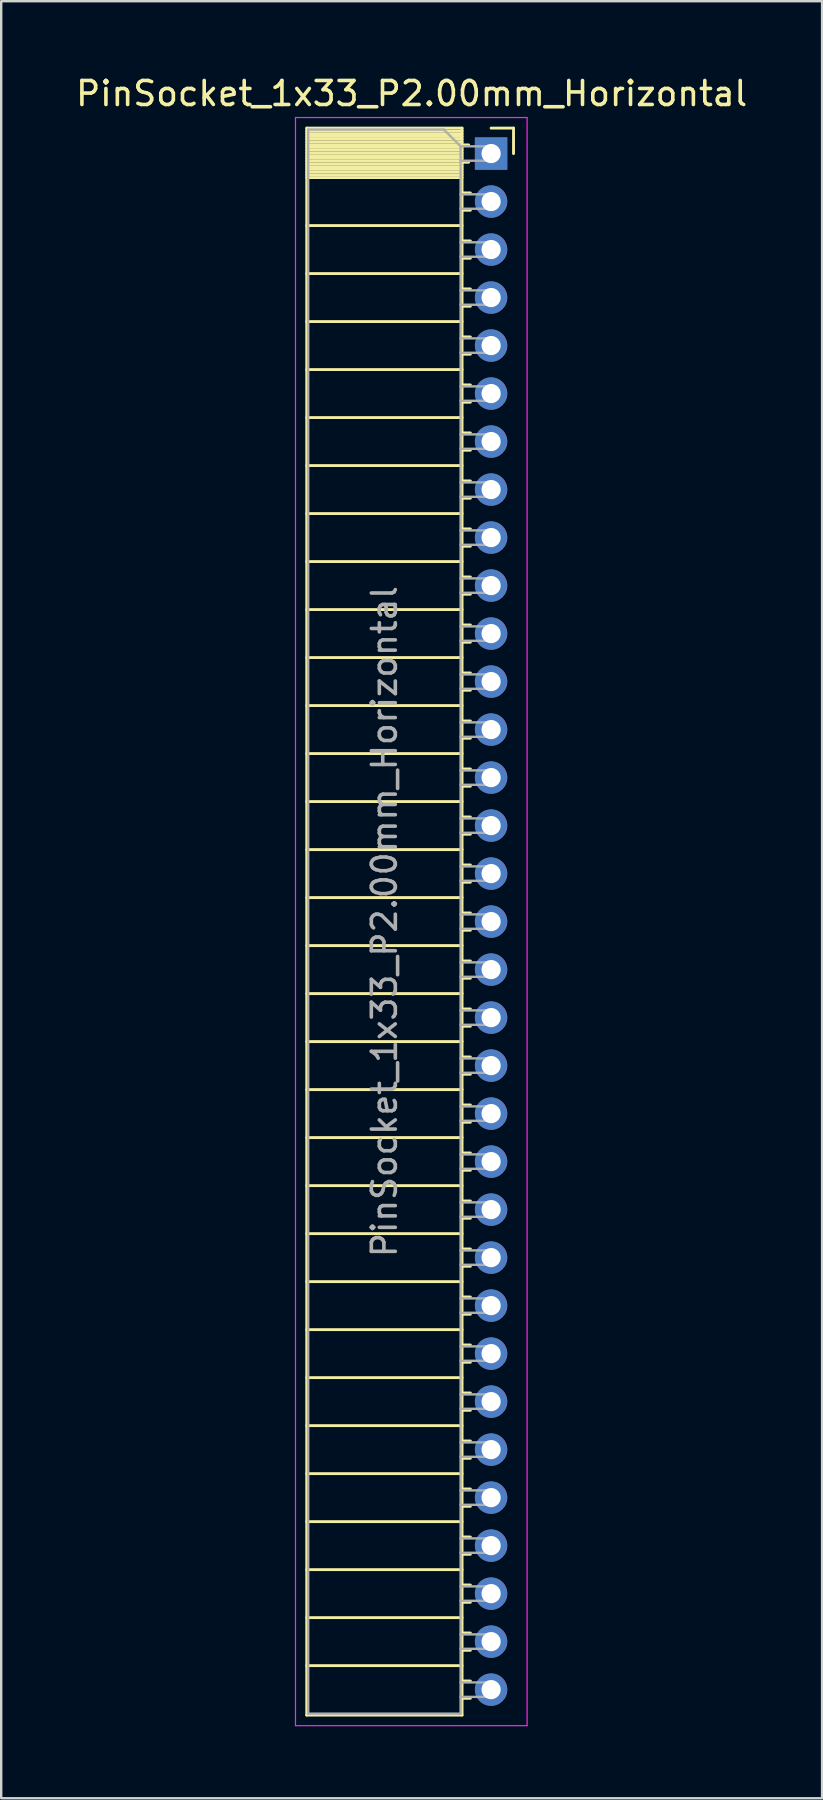
<source format=kicad_pcb>
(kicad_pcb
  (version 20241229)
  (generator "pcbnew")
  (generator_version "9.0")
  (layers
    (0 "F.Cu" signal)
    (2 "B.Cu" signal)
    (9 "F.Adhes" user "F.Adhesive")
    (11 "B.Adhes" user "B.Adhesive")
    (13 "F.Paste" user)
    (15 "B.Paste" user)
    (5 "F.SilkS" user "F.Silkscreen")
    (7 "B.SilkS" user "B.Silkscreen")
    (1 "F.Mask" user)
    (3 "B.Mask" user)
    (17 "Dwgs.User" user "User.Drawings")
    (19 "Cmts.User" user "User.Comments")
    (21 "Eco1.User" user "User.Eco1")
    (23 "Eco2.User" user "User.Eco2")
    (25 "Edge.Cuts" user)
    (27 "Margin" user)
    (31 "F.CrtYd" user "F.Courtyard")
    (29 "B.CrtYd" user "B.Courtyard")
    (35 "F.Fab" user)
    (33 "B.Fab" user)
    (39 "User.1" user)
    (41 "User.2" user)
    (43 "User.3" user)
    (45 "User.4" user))
  (footprint "PinSocket_1x33_P2.00mm_Horizontal"
    (layer "F.Cu")
    (at 17.411 3.348)
    (property "Reference" "PinSocket_1x33_P2.00mm_Horizontal" (at -3.31 -2.5 0) (layer "F.SilkS") (effects (font (size 1 1) (thickness 0.15))))
    (attr through_hole)
    (fp_line (start -7.68 -1.06) (end -7.68 65.06) (stroke (width 0.12) (type solid)) (layer "F.SilkS"))
    (fp_line (start -7.68 -1.06) (end -1.21 -1.06) (stroke (width 0.12) (type solid)) (layer "F.SilkS"))
    (fp_line (start -7.68 -0.94) (end -1.21 -0.94) (stroke (width 0.12) (type solid)) (layer "F.SilkS"))
    (fp_line (start -7.68 -0.826) (end -1.21 -0.826) (stroke (width 0.12) (type solid)) (layer "F.SilkS"))
    (fp_line (start -7.68 -0.712) (end -1.21 -0.712) (stroke (width 0.12) (type solid)) (layer "F.SilkS"))
    (fp_line (start -7.68 -0.598) (end -1.21 -0.598) (stroke (width 0.12) (type solid)) (layer "F.SilkS"))
    (fp_line (start -7.68 -0.484) (end -1.21 -0.484) (stroke (width 0.12) (type solid)) (layer "F.SilkS"))
    (fp_line (start -7.68 -0.369) (end -1.21 -0.369) (stroke (width 0.12) (type solid)) (layer "F.SilkS"))
    (fp_line (start -7.68 -0.255) (end -1.21 -0.255) (stroke (width 0.12) (type solid)) (layer "F.SilkS"))
    (fp_line (start -7.68 -0.141) (end -1.21 -0.141) (stroke (width 0.12) (type solid)) (layer "F.SilkS"))
    (fp_line (start -7.68 -0.027) (end -1.21 -0.027) (stroke (width 0.12) (type solid)) (layer "F.SilkS"))
    (fp_line (start -7.68 0.087) (end -1.21 0.087) (stroke (width 0.12) (type solid)) (layer "F.SilkS"))
    (fp_line (start -7.68 0.201) (end -1.21 0.201) (stroke (width 0.12) (type solid)) (layer "F.SilkS"))
    (fp_line (start -7.68 0.315) (end -1.21 0.315) (stroke (width 0.12) (type solid)) (layer "F.SilkS"))
    (fp_line (start -7.68 0.429) (end -1.21 0.429) (stroke (width 0.12) (type solid)) (layer "F.SilkS"))
    (fp_line (start -7.68 0.544) (end -1.21 0.544) (stroke (width 0.12) (type solid)) (layer "F.SilkS"))
    (fp_line (start -7.68 0.658) (end -1.21 0.658) (stroke (width 0.12) (type solid)) (layer "F.SilkS"))
    (fp_line (start -7.68 0.772) (end -1.21 0.772) (stroke (width 0.12) (type solid)) (layer "F.SilkS"))
    (fp_line (start -7.68 0.886) (end -1.21 0.886) (stroke (width 0.12) (type solid)) (layer "F.SilkS"))
    (fp_line (start -7.68 1) (end -1.21 1) (stroke (width 0.12) (type solid)) (layer "F.SilkS"))
    (fp_line (start -7.68 3) (end -1.21 3) (stroke (width 0.12) (type solid)) (layer "F.SilkS"))
    (fp_line (start -7.68 5) (end -1.21 5) (stroke (width 0.12) (type solid)) (layer "F.SilkS"))
    (fp_line (start -7.68 7) (end -1.21 7) (stroke (width 0.12) (type solid)) (layer "F.SilkS"))
    (fp_line (start -7.68 9) (end -1.21 9) (stroke (width 0.12) (type solid)) (layer "F.SilkS"))
    (fp_line (start -7.68 11) (end -1.21 11) (stroke (width 0.12) (type solid)) (layer "F.SilkS"))
    (fp_line (start -7.68 13) (end -1.21 13) (stroke (width 0.12) (type solid)) (layer "F.SilkS"))
    (fp_line (start -7.68 15) (end -1.21 15) (stroke (width 0.12) (type solid)) (layer "F.SilkS"))
    (fp_line (start -7.68 17) (end -1.21 17) (stroke (width 0.12) (type solid)) (layer "F.SilkS"))
    (fp_line (start -7.68 19) (end -1.21 19) (stroke (width 0.12) (type solid)) (layer "F.SilkS"))
    (fp_line (start -7.68 21) (end -1.21 21) (stroke (width 0.12) (type solid)) (layer "F.SilkS"))
    (fp_line (start -7.68 23) (end -1.21 23) (stroke (width 0.12) (type solid)) (layer "F.SilkS"))
    (fp_line (start -7.68 25) (end -1.21 25) (stroke (width 0.12) (type solid)) (layer "F.SilkS"))
    (fp_line (start -7.68 27) (end -1.21 27) (stroke (width 0.12) (type solid)) (layer "F.SilkS"))
    (fp_line (start -7.68 29) (end -1.21 29) (stroke (width 0.12) (type solid)) (layer "F.SilkS"))
    (fp_line (start -7.68 31) (end -1.21 31) (stroke (width 0.12) (type solid)) (layer "F.SilkS"))
    (fp_line (start -7.68 33) (end -1.21 33) (stroke (width 0.12) (type solid)) (layer "F.SilkS"))
    (fp_line (start -7.68 35) (end -1.21 35) (stroke (width 0.12) (type solid)) (layer "F.SilkS"))
    (fp_line (start -7.68 37) (end -1.21 37) (stroke (width 0.12) (type solid)) (layer "F.SilkS"))
    (fp_line (start -7.68 39) (end -1.21 39) (stroke (width 0.12) (type solid)) (layer "F.SilkS"))
    (fp_line (start -7.68 41) (end -1.21 41) (stroke (width 0.12) (type solid)) (layer "F.SilkS"))
    (fp_line (start -7.68 43) (end -1.21 43) (stroke (width 0.12) (type solid)) (layer "F.SilkS"))
    (fp_line (start -7.68 45) (end -1.21 45) (stroke (width 0.12) (type solid)) (layer "F.SilkS"))
    (fp_line (start -7.68 47) (end -1.21 47) (stroke (width 0.12) (type solid)) (layer "F.SilkS"))
    (fp_line (start -7.68 49) (end -1.21 49) (stroke (width 0.12) (type solid)) (layer "F.SilkS"))
    (fp_line (start -7.68 51) (end -1.21 51) (stroke (width 0.12) (type solid)) (layer "F.SilkS"))
    (fp_line (start -7.68 53) (end -1.21 53) (stroke (width 0.12) (type solid)) (layer "F.SilkS"))
    (fp_line (start -7.68 55) (end -1.21 55) (stroke (width 0.12) (type solid)) (layer "F.SilkS"))
    (fp_line (start -7.68 57) (end -1.21 57) (stroke (width 0.12) (type solid)) (layer "F.SilkS"))
    (fp_line (start -7.68 59) (end -1.21 59) (stroke (width 0.12) (type solid)) (layer "F.SilkS"))
    (fp_line (start -7.68 61) (end -1.21 61) (stroke (width 0.12) (type solid)) (layer "F.SilkS"))
    (fp_line (start -7.68 63) (end -1.21 63) (stroke (width 0.12) (type solid)) (layer "F.SilkS"))
    (fp_line (start -7.68 65.06) (end -1.21 65.06) (stroke (width 0.12) (type solid)) (layer "F.SilkS"))
    (fp_line (start -1.21 -1.06) (end -1.21 65.06) (stroke (width 0.12) (type solid)) (layer "F.SilkS"))
    (fp_line (start -1.21 -0.36) (end -0.935 -0.36) (stroke (width 0.12) (type solid)) (layer "F.SilkS"))
    (fp_line (start -1.21 0.36) (end -0.935 0.36) (stroke (width 0.12) (type solid)) (layer "F.SilkS"))
    (fp_line (start -1.21 1.64) (end -0.863 1.64) (stroke (width 0.12) (type solid)) (layer "F.SilkS"))
    (fp_line (start -1.21 2.36) (end -0.863 2.36) (stroke (width 0.12) (type solid)) (layer "F.SilkS"))
    (fp_line (start -1.21 3.64) (end -0.863 3.64) (stroke (width 0.12) (type solid)) (layer "F.SilkS"))
    (fp_line (start -1.21 4.36) (end -0.863 4.36) (stroke (width 0.12) (type solid)) (layer "F.SilkS"))
    (fp_line (start -1.21 5.64) (end -0.863 5.64) (stroke (width 0.12) (type solid)) (layer "F.SilkS"))
    (fp_line (start -1.21 6.36) (end -0.863 6.36) (stroke (width 0.12) (type solid)) (layer "F.SilkS"))
    (fp_line (start -1.21 7.64) (end -0.863 7.64) (stroke (width 0.12) (type solid)) (layer "F.SilkS"))
    (fp_line (start -1.21 8.36) (end -0.863 8.36) (stroke (width 0.12) (type solid)) (layer "F.SilkS"))
    (fp_line (start -1.21 9.64) (end -0.863 9.64) (stroke (width 0.12) (type solid)) (layer "F.SilkS"))
    (fp_line (start -1.21 10.36) (end -0.863 10.36) (stroke (width 0.12) (type solid)) (layer "F.SilkS"))
    (fp_line (start -1.21 11.64) (end -0.863 11.64) (stroke (width 0.12) (type solid)) (layer "F.SilkS"))
    (fp_line (start -1.21 12.36) (end -0.863 12.36) (stroke (width 0.12) (type solid)) (layer "F.SilkS"))
    (fp_line (start -1.21 13.64) (end -0.863 13.64) (stroke (width 0.12) (type solid)) (layer "F.SilkS"))
    (fp_line (start -1.21 14.36) (end -0.863 14.36) (stroke (width 0.12) (type solid)) (layer "F.SilkS"))
    (fp_line (start -1.21 15.64) (end -0.863 15.64) (stroke (width 0.12) (type solid)) (layer "F.SilkS"))
    (fp_line (start -1.21 16.36) (end -0.863 16.36) (stroke (width 0.12) (type solid)) (layer "F.SilkS"))
    (fp_line (start -1.21 17.64) (end -0.863 17.64) (stroke (width 0.12) (type solid)) (layer "F.SilkS"))
    (fp_line (start -1.21 18.36) (end -0.863 18.36) (stroke (width 0.12) (type solid)) (layer "F.SilkS"))
    (fp_line (start -1.21 19.64) (end -0.863 19.64) (stroke (width 0.12) (type solid)) (layer "F.SilkS"))
    (fp_line (start -1.21 20.36) (end -0.863 20.36) (stroke (width 0.12) (type solid)) (layer "F.SilkS"))
    (fp_line (start -1.21 21.64) (end -0.863 21.64) (stroke (width 0.12) (type solid)) (layer "F.SilkS"))
    (fp_line (start -1.21 22.36) (end -0.863 22.36) (stroke (width 0.12) (type solid)) (layer "F.SilkS"))
    (fp_line (start -1.21 23.64) (end -0.863 23.64) (stroke (width 0.12) (type solid)) (layer "F.SilkS"))
    (fp_line (start -1.21 24.36) (end -0.863 24.36) (stroke (width 0.12) (type solid)) (layer "F.SilkS"))
    (fp_line (start -1.21 25.64) (end -0.863 25.64) (stroke (width 0.12) (type solid)) (layer "F.SilkS"))
    (fp_line (start -1.21 26.36) (end -0.863 26.36) (stroke (width 0.12) (type solid)) (layer "F.SilkS"))
    (fp_line (start -1.21 27.64) (end -0.863 27.64) (stroke (width 0.12) (type solid)) (layer "F.SilkS"))
    (fp_line (start -1.21 28.36) (end -0.863 28.36) (stroke (width 0.12) (type solid)) (layer "F.SilkS"))
    (fp_line (start -1.21 29.64) (end -0.863 29.64) (stroke (width 0.12) (type solid)) (layer "F.SilkS"))
    (fp_line (start -1.21 30.36) (end -0.863 30.36) (stroke (width 0.12) (type solid)) (layer "F.SilkS"))
    (fp_line (start -1.21 31.64) (end -0.863 31.64) (stroke (width 0.12) (type solid)) (layer "F.SilkS"))
    (fp_line (start -1.21 32.36) (end -0.863 32.36) (stroke (width 0.12) (type solid)) (layer "F.SilkS"))
    (fp_line (start -1.21 33.64) (end -0.863 33.64) (stroke (width 0.12) (type solid)) (layer "F.SilkS"))
    (fp_line (start -1.21 34.36) (end -0.863 34.36) (stroke (width 0.12) (type solid)) (layer "F.SilkS"))
    (fp_line (start -1.21 35.64) (end -0.863 35.64) (stroke (width 0.12) (type solid)) (layer "F.SilkS"))
    (fp_line (start -1.21 36.36) (end -0.863 36.36) (stroke (width 0.12) (type solid)) (layer "F.SilkS"))
    (fp_line (start -1.21 37.64) (end -0.863 37.64) (stroke (width 0.12) (type solid)) (layer "F.SilkS"))
    (fp_line (start -1.21 38.36) (end -0.863 38.36) (stroke (width 0.12) (type solid)) (layer "F.SilkS"))
    (fp_line (start -1.21 39.64) (end -0.863 39.64) (stroke (width 0.12) (type solid)) (layer "F.SilkS"))
    (fp_line (start -1.21 40.36) (end -0.863 40.36) (stroke (width 0.12) (type solid)) (layer "F.SilkS"))
    (fp_line (start -1.21 41.64) (end -0.863 41.64) (stroke (width 0.12) (type solid)) (layer "F.SilkS"))
    (fp_line (start -1.21 42.36) (end -0.863 42.36) (stroke (width 0.12) (type solid)) (layer "F.SilkS"))
    (fp_line (start -1.21 43.64) (end -0.863 43.64) (stroke (width 0.12) (type solid)) (layer "F.SilkS"))
    (fp_line (start -1.21 44.36) (end -0.863 44.36) (stroke (width 0.12) (type solid)) (layer "F.SilkS"))
    (fp_line (start -1.21 45.64) (end -0.863 45.64) (stroke (width 0.12) (type solid)) (layer "F.SilkS"))
    (fp_line (start -1.21 46.36) (end -0.863 46.36) (stroke (width 0.12) (type solid)) (layer "F.SilkS"))
    (fp_line (start -1.21 47.64) (end -0.863 47.64) (stroke (width 0.12) (type solid)) (layer "F.SilkS"))
    (fp_line (start -1.21 48.36) (end -0.863 48.36) (stroke (width 0.12) (type solid)) (layer "F.SilkS"))
    (fp_line (start -1.21 49.64) (end -0.863 49.64) (stroke (width 0.12) (type solid)) (layer "F.SilkS"))
    (fp_line (start -1.21 50.36) (end -0.863 50.36) (stroke (width 0.12) (type solid)) (layer "F.SilkS"))
    (fp_line (start -1.21 51.64) (end -0.863 51.64) (stroke (width 0.12) (type solid)) (layer "F.SilkS"))
    (fp_line (start -1.21 52.36) (end -0.863 52.36) (stroke (width 0.12) (type solid)) (layer "F.SilkS"))
    (fp_line (start -1.21 53.64) (end -0.863 53.64) (stroke (width 0.12) (type solid)) (layer "F.SilkS"))
    (fp_line (start -1.21 54.36) (end -0.863 54.36) (stroke (width 0.12) (type solid)) (layer "F.SilkS"))
    (fp_line (start -1.21 55.64) (end -0.863 55.64) (stroke (width 0.12) (type solid)) (layer "F.SilkS"))
    (fp_line (start -1.21 56.36) (end -0.863 56.36) (stroke (width 0.12) (type solid)) (layer "F.SilkS"))
    (fp_line (start -1.21 57.64) (end -0.863 57.64) (stroke (width 0.12) (type solid)) (layer "F.SilkS"))
    (fp_line (start -1.21 58.36) (end -0.863 58.36) (stroke (width 0.12) (type solid)) (layer "F.SilkS"))
    (fp_line (start -1.21 59.64) (end -0.863 59.64) (stroke (width 0.12) (type solid)) (layer "F.SilkS"))
    (fp_line (start -1.21 60.36) (end -0.863 60.36) (stroke (width 0.12) (type solid)) (layer "F.SilkS"))
    (fp_line (start -1.21 61.64) (end -0.863 61.64) (stroke (width 0.12) (type solid)) (layer "F.SilkS"))
    (fp_line (start -1.21 62.36) (end -0.863 62.36) (stroke (width 0.12) (type solid)) (layer "F.SilkS"))
    (fp_line (start -1.21 63.64) (end -0.863 63.64) (stroke (width 0.12) (type solid)) (layer "F.SilkS"))
    (fp_line (start -1.21 64.36) (end -0.863 64.36) (stroke (width 0.12) (type solid)) (layer "F.SilkS"))
    (fp_line (start 0 -1.06) (end 0.935 -1.06) (stroke (width 0.12) (type solid)) (layer "F.SilkS"))
    (fp_line (start 0.935 -1.06) (end 0.935 0) (stroke (width 0.12) (type solid)) (layer "F.SilkS"))
    (fp_line (start -8.15 -1.5) (end -8.15 65.5) (stroke (width 0.05) (type solid)) (layer "F.CrtYd"))
    (fp_line (start -8.15 65.5) (end 1.5 65.5) (stroke (width 0.05) (type solid)) (layer "F.CrtYd"))
    (fp_line (start 1.5 -1.5) (end -8.15 -1.5) (stroke (width 0.05) (type solid)) (layer "F.CrtYd"))
    (fp_line (start 1.5 65.5) (end 1.5 -1.5) (stroke (width 0.05) (type solid)) (layer "F.CrtYd"))
    (fp_line (start -7.62 -1) (end -1.97 -1) (stroke (width 0.1) (type solid)) (layer "F.Fab"))
    (fp_line (start -7.62 65) (end -7.62 -1) (stroke (width 0.1) (type solid)) (layer "F.Fab"))
    (fp_line (start -1.97 -1) (end -1.27 -0.3) (stroke (width 0.1) (type solid)) (layer "F.Fab"))
    (fp_line (start -1.27 -0.3) (end -1.27 65) (stroke (width 0.1) (type solid)) (layer "F.Fab"))
    (fp_line (start -1.27 0.3) (end 0 0.3) (stroke (width 0.1) (type solid)) (layer "F.Fab"))
    (fp_line (start -1.27 2.3) (end 0 2.3) (stroke (width 0.1) (type solid)) (layer "F.Fab"))
    (fp_line (start -1.27 4.3) (end 0 4.3) (stroke (width 0.1) (type solid)) (layer "F.Fab"))
    (fp_line (start -1.27 6.3) (end 0 6.3) (stroke (width 0.1) (type solid)) (layer "F.Fab"))
    (fp_line (start -1.27 8.3) (end 0 8.3) (stroke (width 0.1) (type solid)) (layer "F.Fab"))
    (fp_line (start -1.27 10.3) (end 0 10.3) (stroke (width 0.1) (type solid)) (layer "F.Fab"))
    (fp_line (start -1.27 12.3) (end 0 12.3) (stroke (width 0.1) (type solid)) (layer "F.Fab"))
    (fp_line (start -1.27 14.3) (end 0 14.3) (stroke (width 0.1) (type solid)) (layer "F.Fab"))
    (fp_line (start -1.27 16.3) (end 0 16.3) (stroke (width 0.1) (type solid)) (layer "F.Fab"))
    (fp_line (start -1.27 18.3) (end 0 18.3) (stroke (width 0.1) (type solid)) (layer "F.Fab"))
    (fp_line (start -1.27 20.3) (end 0 20.3) (stroke (width 0.1) (type solid)) (layer "F.Fab"))
    (fp_line (start -1.27 22.3) (end 0 22.3) (stroke (width 0.1) (type solid)) (layer "F.Fab"))
    (fp_line (start -1.27 24.3) (end 0 24.3) (stroke (width 0.1) (type solid)) (layer "F.Fab"))
    (fp_line (start -1.27 26.3) (end 0 26.3) (stroke (width 0.1) (type solid)) (layer "F.Fab"))
    (fp_line (start -1.27 28.3) (end 0 28.3) (stroke (width 0.1) (type solid)) (layer "F.Fab"))
    (fp_line (start -1.27 30.3) (end 0 30.3) (stroke (width 0.1) (type solid)) (layer "F.Fab"))
    (fp_line (start -1.27 32.3) (end 0 32.3) (stroke (width 0.1) (type solid)) (layer "F.Fab"))
    (fp_line (start -1.27 34.3) (end 0 34.3) (stroke (width 0.1) (type solid)) (layer "F.Fab"))
    (fp_line (start -1.27 36.3) (end 0 36.3) (stroke (width 0.1) (type solid)) (layer "F.Fab"))
    (fp_line (start -1.27 38.3) (end 0 38.3) (stroke (width 0.1) (type solid)) (layer "F.Fab"))
    (fp_line (start -1.27 40.3) (end 0 40.3) (stroke (width 0.1) (type solid)) (layer "F.Fab"))
    (fp_line (start -1.27 42.3) (end 0 42.3) (stroke (width 0.1) (type solid)) (layer "F.Fab"))
    (fp_line (start -1.27 44.3) (end 0 44.3) (stroke (width 0.1) (type solid)) (layer "F.Fab"))
    (fp_line (start -1.27 46.3) (end 0 46.3) (stroke (width 0.1) (type solid)) (layer "F.Fab"))
    (fp_line (start -1.27 48.3) (end 0 48.3) (stroke (width 0.1) (type solid)) (layer "F.Fab"))
    (fp_line (start -1.27 50.3) (end 0 50.3) (stroke (width 0.1) (type solid)) (layer "F.Fab"))
    (fp_line (start -1.27 52.3) (end 0 52.3) (stroke (width 0.1) (type solid)) (layer "F.Fab"))
    (fp_line (start -1.27 54.3) (end 0 54.3) (stroke (width 0.1) (type solid)) (layer "F.Fab"))
    (fp_line (start -1.27 56.3) (end 0 56.3) (stroke (width 0.1) (type solid)) (layer "F.Fab"))
    (fp_line (start -1.27 58.3) (end 0 58.3) (stroke (width 0.1) (type solid)) (layer "F.Fab"))
    (fp_line (start -1.27 60.3) (end 0 60.3) (stroke (width 0.1) (type solid)) (layer "F.Fab"))
    (fp_line (start -1.27 62.3) (end 0 62.3) (stroke (width 0.1) (type solid)) (layer "F.Fab"))
    (fp_line (start -1.27 64.3) (end 0 64.3) (stroke (width 0.1) (type solid)) (layer "F.Fab"))
    (fp_line (start -1.27 65) (end -7.62 65) (stroke (width 0.1) (type solid)) (layer "F.Fab"))
    (fp_line (start 0 -0.3) (end -1.27 -0.3) (stroke (width 0.1) (type solid)) (layer "F.Fab"))
    (fp_line (start 0 0.3) (end 0 -0.3) (stroke (width 0.1) (type solid)) (layer "F.Fab"))
    (fp_line (start 0 1.7) (end -1.27 1.7) (stroke (width 0.1) (type solid)) (layer "F.Fab"))
    (fp_line (start 0 2.3) (end 0 1.7) (stroke (width 0.1) (type solid)) (layer "F.Fab"))
    (fp_line (start 0 3.7) (end -1.27 3.7) (stroke (width 0.1) (type solid)) (layer "F.Fab"))
    (fp_line (start 0 4.3) (end 0 3.7) (stroke (width 0.1) (type solid)) (layer "F.Fab"))
    (fp_line (start 0 5.7) (end -1.27 5.7) (stroke (width 0.1) (type solid)) (layer "F.Fab"))
    (fp_line (start 0 6.3) (end 0 5.7) (stroke (width 0.1) (type solid)) (layer "F.Fab"))
    (fp_line (start 0 7.7) (end -1.27 7.7) (stroke (width 0.1) (type solid)) (layer "F.Fab"))
    (fp_line (start 0 8.3) (end 0 7.7) (stroke (width 0.1) (type solid)) (layer "F.Fab"))
    (fp_line (start 0 9.7) (end -1.27 9.7) (stroke (width 0.1) (type solid)) (layer "F.Fab"))
    (fp_line (start 0 10.3) (end 0 9.7) (stroke (width 0.1) (type solid)) (layer "F.Fab"))
    (fp_line (start 0 11.7) (end -1.27 11.7) (stroke (width 0.1) (type solid)) (layer "F.Fab"))
    (fp_line (start 0 12.3) (end 0 11.7) (stroke (width 0.1) (type solid)) (layer "F.Fab"))
    (fp_line (start 0 13.7) (end -1.27 13.7) (stroke (width 0.1) (type solid)) (layer "F.Fab"))
    (fp_line (start 0 14.3) (end 0 13.7) (stroke (width 0.1) (type solid)) (layer "F.Fab"))
    (fp_line (start 0 15.7) (end -1.27 15.7) (stroke (width 0.1) (type solid)) (layer "F.Fab"))
    (fp_line (start 0 16.3) (end 0 15.7) (stroke (width 0.1) (type solid)) (layer "F.Fab"))
    (fp_line (start 0 17.7) (end -1.27 17.7) (stroke (width 0.1) (type solid)) (layer "F.Fab"))
    (fp_line (start 0 18.3) (end 0 17.7) (stroke (width 0.1) (type solid)) (layer "F.Fab"))
    (fp_line (start 0 19.7) (end -1.27 19.7) (stroke (width 0.1) (type solid)) (layer "F.Fab"))
    (fp_line (start 0 20.3) (end 0 19.7) (stroke (width 0.1) (type solid)) (layer "F.Fab"))
    (fp_line (start 0 21.7) (end -1.27 21.7) (stroke (width 0.1) (type solid)) (layer "F.Fab"))
    (fp_line (start 0 22.3) (end 0 21.7) (stroke (width 0.1) (type solid)) (layer "F.Fab"))
    (fp_line (start 0 23.7) (end -1.27 23.7) (stroke (width 0.1) (type solid)) (layer "F.Fab"))
    (fp_line (start 0 24.3) (end 0 23.7) (stroke (width 0.1) (type solid)) (layer "F.Fab"))
    (fp_line (start 0 25.7) (end -1.27 25.7) (stroke (width 0.1) (type solid)) (layer "F.Fab"))
    (fp_line (start 0 26.3) (end 0 25.7) (stroke (width 0.1) (type solid)) (layer "F.Fab"))
    (fp_line (start 0 27.7) (end -1.27 27.7) (stroke (width 0.1) (type solid)) (layer "F.Fab"))
    (fp_line (start 0 28.3) (end 0 27.7) (stroke (width 0.1) (type solid)) (layer "F.Fab"))
    (fp_line (start 0 29.7) (end -1.27 29.7) (stroke (width 0.1) (type solid)) (layer "F.Fab"))
    (fp_line (start 0 30.3) (end 0 29.7) (stroke (width 0.1) (type solid)) (layer "F.Fab"))
    (fp_line (start 0 31.7) (end -1.27 31.7) (stroke (width 0.1) (type solid)) (layer "F.Fab"))
    (fp_line (start 0 32.3) (end 0 31.7) (stroke (width 0.1) (type solid)) (layer "F.Fab"))
    (fp_line (start 0 33.7) (end -1.27 33.7) (stroke (width 0.1) (type solid)) (layer "F.Fab"))
    (fp_line (start 0 34.3) (end 0 33.7) (stroke (width 0.1) (type solid)) (layer "F.Fab"))
    (fp_line (start 0 35.7) (end -1.27 35.7) (stroke (width 0.1) (type solid)) (layer "F.Fab"))
    (fp_line (start 0 36.3) (end 0 35.7) (stroke (width 0.1) (type solid)) (layer "F.Fab"))
    (fp_line (start 0 37.7) (end -1.27 37.7) (stroke (width 0.1) (type solid)) (layer "F.Fab"))
    (fp_line (start 0 38.3) (end 0 37.7) (stroke (width 0.1) (type solid)) (layer "F.Fab"))
    (fp_line (start 0 39.7) (end -1.27 39.7) (stroke (width 0.1) (type solid)) (layer "F.Fab"))
    (fp_line (start 0 40.3) (end 0 39.7) (stroke (width 0.1) (type solid)) (layer "F.Fab"))
    (fp_line (start 0 41.7) (end -1.27 41.7) (stroke (width 0.1) (type solid)) (layer "F.Fab"))
    (fp_line (start 0 42.3) (end 0 41.7) (stroke (width 0.1) (type solid)) (layer "F.Fab"))
    (fp_line (start 0 43.7) (end -1.27 43.7) (stroke (width 0.1) (type solid)) (layer "F.Fab"))
    (fp_line (start 0 44.3) (end 0 43.7) (stroke (width 0.1) (type solid)) (layer "F.Fab"))
    (fp_line (start 0 45.7) (end -1.27 45.7) (stroke (width 0.1) (type solid)) (layer "F.Fab"))
    (fp_line (start 0 46.3) (end 0 45.7) (stroke (width 0.1) (type solid)) (layer "F.Fab"))
    (fp_line (start 0 47.7) (end -1.27 47.7) (stroke (width 0.1) (type solid)) (layer "F.Fab"))
    (fp_line (start 0 48.3) (end 0 47.7) (stroke (width 0.1) (type solid)) (layer "F.Fab"))
    (fp_line (start 0 49.7) (end -1.27 49.7) (stroke (width 0.1) (type solid)) (layer "F.Fab"))
    (fp_line (start 0 50.3) (end 0 49.7) (stroke (width 0.1) (type solid)) (layer "F.Fab"))
    (fp_line (start 0 51.7) (end -1.27 51.7) (stroke (width 0.1) (type solid)) (layer "F.Fab"))
    (fp_line (start 0 52.3) (end 0 51.7) (stroke (width 0.1) (type solid)) (layer "F.Fab"))
    (fp_line (start 0 53.7) (end -1.27 53.7) (stroke (width 0.1) (type solid)) (layer "F.Fab"))
    (fp_line (start 0 54.3) (end 0 53.7) (stroke (width 0.1) (type solid)) (layer "F.Fab"))
    (fp_line (start 0 55.7) (end -1.27 55.7) (stroke (width 0.1) (type solid)) (layer "F.Fab"))
    (fp_line (start 0 56.3) (end 0 55.7) (stroke (width 0.1) (type solid)) (layer "F.Fab"))
    (fp_line (start 0 57.7) (end -1.27 57.7) (stroke (width 0.1) (type solid)) (layer "F.Fab"))
    (fp_line (start 0 58.3) (end 0 57.7) (stroke (width 0.1) (type solid)) (layer "F.Fab"))
    (fp_line (start 0 59.7) (end -1.27 59.7) (stroke (width 0.1) (type solid)) (layer "F.Fab"))
    (fp_line (start 0 60.3) (end 0 59.7) (stroke (width 0.1) (type solid)) (layer "F.Fab"))
    (fp_line (start 0 61.7) (end -1.27 61.7) (stroke (width 0.1) (type solid)) (layer "F.Fab"))
    (fp_line (start 0 62.3) (end 0 61.7) (stroke (width 0.1) (type solid)) (layer "F.Fab"))
    (fp_line (start 0 63.7) (end -1.27 63.7) (stroke (width 0.1) (type solid)) (layer "F.Fab"))
    (fp_line (start 0 64.3) (end 0 63.7) (stroke (width 0.1) (type solid)) (layer "F.Fab"))
    (fp_text user "${REFERENCE}" (at -4.445 32 90) (layer "F.Fab") (effects (font (size 1 1) (thickness 0.15))))
    (pad "1" thru_hole rect (at 0 0) (size 1.35 1.35) (drill 0.8) (layers "*.Cu" "*.Mask"))
    (pad "2" thru_hole oval (at 0 2) (size 1.35 1.35) (drill 0.8) (layers "*.Cu" "*.Mask"))
    (pad "3" thru_hole oval (at 0 4) (size 1.35 1.35) (drill 0.8) (layers "*.Cu" "*.Mask"))
    (pad "4" thru_hole oval (at 0 6) (size 1.35 1.35) (drill 0.8) (layers "*.Cu" "*.Mask"))
    (pad "5" thru_hole oval (at 0 8) (size 1.35 1.35) (drill 0.8) (layers "*.Cu" "*.Mask"))
    (pad "6" thru_hole oval (at 0 10) (size 1.35 1.35) (drill 0.8) (layers "*.Cu" "*.Mask"))
    (pad "7" thru_hole oval (at 0 12) (size 1.35 1.35) (drill 0.8) (layers "*.Cu" "*.Mask"))
    (pad "8" thru_hole oval (at 0 14) (size 1.35 1.35) (drill 0.8) (layers "*.Cu" "*.Mask"))
    (pad "9" thru_hole oval (at 0 16) (size 1.35 1.35) (drill 0.8) (layers "*.Cu" "*.Mask"))
    (pad "10" thru_hole oval (at 0 18) (size 1.35 1.35) (drill 0.8) (layers "*.Cu" "*.Mask"))
    (pad "11" thru_hole oval (at 0 20) (size 1.35 1.35) (drill 0.8) (layers "*.Cu" "*.Mask"))
    (pad "12" thru_hole oval (at 0 22) (size 1.35 1.35) (drill 0.8) (layers "*.Cu" "*.Mask"))
    (pad "13" thru_hole oval (at 0 24) (size 1.35 1.35) (drill 0.8) (layers "*.Cu" "*.Mask"))
    (pad "14" thru_hole oval (at 0 26) (size 1.35 1.35) (drill 0.8) (layers "*.Cu" "*.Mask"))
    (pad "15" thru_hole oval (at 0 28) (size 1.35 1.35) (drill 0.8) (layers "*.Cu" "*.Mask"))
    (pad "16" thru_hole oval (at 0 30) (size 1.35 1.35) (drill 0.8) (layers "*.Cu" "*.Mask"))
    (pad "17" thru_hole oval (at 0 32) (size 1.35 1.35) (drill 0.8) (layers "*.Cu" "*.Mask"))
    (pad "18" thru_hole oval (at 0 34) (size 1.35 1.35) (drill 0.8) (layers "*.Cu" "*.Mask"))
    (pad "19" thru_hole oval (at 0 36) (size 1.35 1.35) (drill 0.8) (layers "*.Cu" "*.Mask"))
    (pad "20" thru_hole oval (at 0 38) (size 1.35 1.35) (drill 0.8) (layers "*.Cu" "*.Mask"))
    (pad "21" thru_hole oval (at 0 40) (size 1.35 1.35) (drill 0.8) (layers "*.Cu" "*.Mask"))
    (pad "22" thru_hole oval (at 0 42) (size 1.35 1.35) (drill 0.8) (layers "*.Cu" "*.Mask"))
    (pad "23" thru_hole oval (at 0 44) (size 1.35 1.35) (drill 0.8) (layers "*.Cu" "*.Mask"))
    (pad "24" thru_hole oval (at 0 46) (size 1.35 1.35) (drill 0.8) (layers "*.Cu" "*.Mask"))
    (pad "25" thru_hole oval (at 0 48) (size 1.35 1.35) (drill 0.8) (layers "*.Cu" "*.Mask"))
    (pad "26" thru_hole oval (at 0 50) (size 1.35 1.35) (drill 0.8) (layers "*.Cu" "*.Mask"))
    (pad "27" thru_hole oval (at 0 52) (size 1.35 1.35) (drill 0.8) (layers "*.Cu" "*.Mask"))
    (pad "28" thru_hole oval (at 0 54) (size 1.35 1.35) (drill 0.8) (layers "*.Cu" "*.Mask"))
    (pad "29" thru_hole oval (at 0 56) (size 1.35 1.35) (drill 0.8) (layers "*.Cu" "*.Mask"))
    (pad "30" thru_hole oval (at 0 58) (size 1.35 1.35) (drill 0.8) (layers "*.Cu" "*.Mask"))
    (pad "31" thru_hole oval (at 0 60) (size 1.35 1.35) (drill 0.8) (layers "*.Cu" "*.Mask"))
    (pad "32" thru_hole oval (at 0 62) (size 1.35 1.35) (drill 0.8) (layers "*.Cu" "*.Mask"))
    (pad "33" thru_hole oval (at 0 64) (size 1.35 1.35) (drill 0.8) (layers "*.Cu" "*.Mask")))
  (gr_rect
    (start -3 -3)
    (end 31.202 71.873)
    (stroke (width 0.1) (type default))
    (fill no)
    (layer "Edge.Cuts")))
</source>
